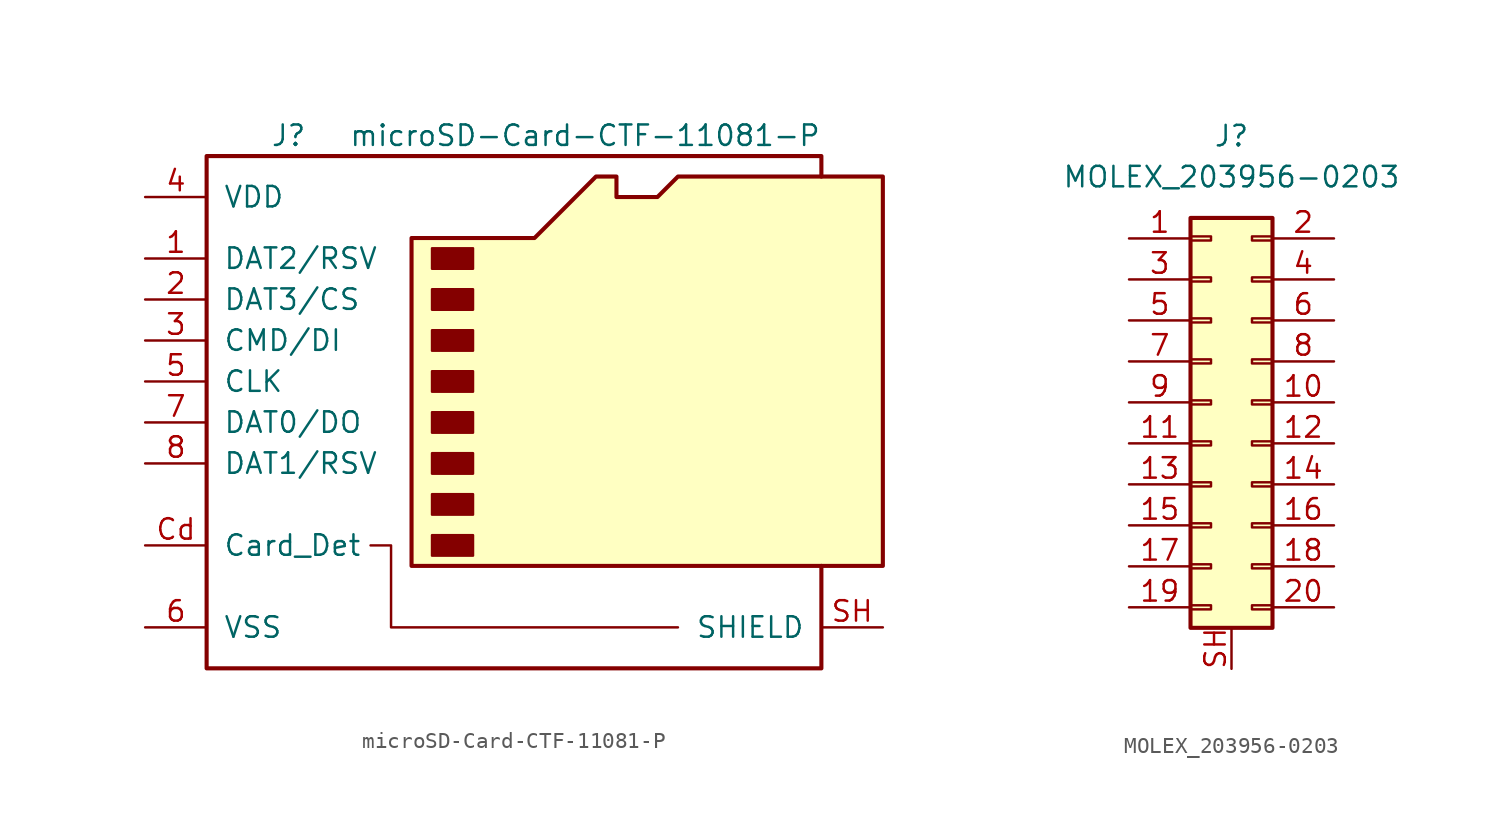
<source format=kicad_sym>
(kicad_symbol_lib
  (version 20211014)
  (generator kicad_symbol_editor)
  (symbol "microSD-Card-CTF-11081-P"
    (pin_names
      (offset 1.016))
    (property "Reference" "J"
      (at -16.51 15.24 0)
      (effects (font (size 1.27 1.27))))
    (property "Value" "microSD-Card-CTF-11081-P"
      (at 16.51 15.24 0)
      (effects (font (size 1.27 1.27)) (justify right)))
    (symbol "microSD-Card-CTF-11081-P_0_1"
      (rectangle (start -7.62 -9.525) (end -5.08 -10.795) (stroke (width 0) (type default) (color 0 0 0 0)) (fill (type outline)))
      (rectangle (start -7.62 -6.985) (end -5.08 -8.255) (stroke (width 0) (type default) (color 0 0 0 0)) (fill (type outline)))
      (rectangle (start -7.62 -4.445) (end -5.08 -5.715) (stroke (width 0) (type default) (color 0 0 0 0)) (fill (type outline)))
      (rectangle (start -7.62 -1.905) (end -5.08 -3.175) (stroke (width 0) (type default) (color 0 0 0 0)) (fill (type outline)))
      (rectangle (start -7.62 0.635) (end -5.08 -0.635) (stroke (width 0) (type default) (color 0 0 0 0)) (fill (type outline)))
      (rectangle (start -7.62 3.175) (end -5.08 1.905) (stroke (width 0) (type default) (color 0 0 0 0)) (fill (type outline)))
      (rectangle (start -7.62 5.715) (end -5.08 4.445) (stroke (width 0) (type default) (color 0 0 0 0)) (fill (type outline)))
      (rectangle (start -7.62 8.255) (end -5.08 6.985) (stroke (width 0) (type default) (color 0 0 0 0)) (fill (type outline)))
      (polyline (pts (xy -11.43 -10.16) (xy -10.16 -10.16) (xy -10.16 -15.24) (xy 7.62 -15.24)) (stroke (width 0) (type default) (color 0 0 0 0)) (fill (type none)))
      (polyline (pts (xy 16.51 12.7) (xy 16.51 13.97) (xy -21.59 13.97) (xy -21.59 -17.78) (xy 16.51 -17.78) (xy 16.51 -11.43)) (stroke (width 0.254) (type default) (color 0 0 0 0)) (fill (type none)))
      (polyline (pts (xy -8.89 -11.43) (xy -8.89 8.89) (xy -1.27 8.89) (xy 2.54 12.7) (xy 3.81 12.7) (xy 3.81 11.43) (xy 6.35 11.43) (xy 7.62 12.7) (xy 20.32 12.7) (xy 20.32 -11.43) (xy -8.89 -11.43)) (stroke (width 0.254) (type default) (color 0 0 0 0)) (fill (type background))))
    (symbol "microSD-Card-CTF-11081-P_1_1"
      (pin bidirectional line (at -25.4 7.62 0) (length 3.81) (name "DAT2/RSV" (effects (font (size 1.27 1.27)))) (number "1" (effects (font (size 1.27 1.27)))))
      (pin bidirectional line (at -25.4 5.08 0) (length 3.81) (name "DAT3/CS" (effects (font (size 1.27 1.27)))) (number "2" (effects (font (size 1.27 1.27)))))
      (pin input line (at -25.4 2.54 0) (length 3.81) (name "CMD/DI" (effects (font (size 1.27 1.27)))) (number "3" (effects (font (size 1.27 1.27)))))
      (pin power_in line (at -25.4 11.43 0) (length 3.81) (name "VDD" (effects (font (size 1.27 1.27)))) (number "4" (effects (font (size 1.27 1.27)))))
      (pin input line (at -25.4 0 0) (length 3.81) (name "CLK" (effects (font (size 1.27 1.27)))) (number "5" (effects (font (size 1.27 1.27)))))
      (pin power_in line (at -25.4 -15.24 0) (length 3.81) (name "VSS" (effects (font (size 1.27 1.27)))) (number "6" (effects (font (size 1.27 1.27)))))
      (pin bidirectional line (at -25.4 -2.54 0) (length 3.81) (name "DAT0/DO" (effects (font (size 1.27 1.27)))) (number "7" (effects (font (size 1.27 1.27)))))
      (pin bidirectional line (at -25.4 -5.08 0) (length 3.81) (name "DAT1/RSV" (effects (font (size 1.27 1.27)))) (number "8" (effects (font (size 1.27 1.27)))))
      (pin bidirectional line (at -25.4 -10.16 0) (length 3.81) (name "Card_Det" (effects (font (size 1.27 1.27)))) (number "Cd" (effects (font (size 1.27 1.27)))))
      (pin passive line (at 20.32 -15.24 180) (length 3.81) (name "SHIELD" (effects (font (size 1.27 1.27)))) (number "SH" (effects (font (size 1.27 1.27)))))))
  (symbol "MOLEX_203956-0203"
    (pin_names
      (offset 1.016) hide)
    (property "Reference" "J"
      (at 1.27 16.51 0)
      (effects (font (size 1.27 1.27))))
    (property "Value" "MOLEX_203956-0203"
      (at 1.27 13.97 0)
      (effects (font (size 1.27 1.27))))
    (symbol "MOLEX_203956-0203_1_1"
      (rectangle (start -1.27 -12.573) (end 0 -12.827) (stroke (width 0.152) (type default) (color 0 0 0 0)) (fill (type none)))
      (rectangle (start -1.27 -10.033) (end 0 -10.287) (stroke (width 0.152) (type default) (color 0 0 0 0)) (fill (type none)))
      (rectangle (start -1.27 -7.493) (end 0 -7.747) (stroke (width 0.152) (type default) (color 0 0 0 0)) (fill (type none)))
      (rectangle (start -1.27 -4.953) (end 0 -5.207) (stroke (width 0.152) (type default) (color 0 0 0 0)) (fill (type none)))
      (rectangle (start -1.27 -2.413) (end 0 -2.667) (stroke (width 0.152) (type default) (color 0 0 0 0)) (fill (type none)))
      (rectangle (start -1.27 0.127) (end 0 -0.127) (stroke (width 0.152) (type default) (color 0 0 0 0)) (fill (type none)))
      (rectangle (start -1.27 2.667) (end 0 2.413) (stroke (width 0.152) (type default) (color 0 0 0 0)) (fill (type none)))
      (rectangle (start -1.27 5.207) (end 0 4.953) (stroke (width 0.152) (type default) (color 0 0 0 0)) (fill (type none)))
      (rectangle (start -1.27 7.747) (end 0 7.493) (stroke (width 0.152) (type default) (color 0 0 0 0)) (fill (type none)))
      (rectangle (start -1.27 10.287) (end 0 10.033) (stroke (width 0.152) (type default) (color 0 0 0 0)) (fill (type none)))
      (rectangle (start -1.27 11.43) (end 3.81 -13.97) (stroke (width 0.254) (type default) (color 0 0 0 0)) (fill (type background)))
      (rectangle (start 3.81 -12.573) (end 2.54 -12.827) (stroke (width 0.152) (type default) (color 0 0 0 0)) (fill (type none)))
      (rectangle (start 3.81 -10.033) (end 2.54 -10.287) (stroke (width 0.152) (type default) (color 0 0 0 0)) (fill (type none)))
      (rectangle (start 3.81 -7.493) (end 2.54 -7.747) (stroke (width 0.152) (type default) (color 0 0 0 0)) (fill (type none)))
      (rectangle (start 3.81 -4.953) (end 2.54 -5.207) (stroke (width 0.152) (type default) (color 0 0 0 0)) (fill (type none)))
      (rectangle (start 3.81 -2.413) (end 2.54 -2.667) (stroke (width 0.152) (type default) (color 0 0 0 0)) (fill (type none)))
      (rectangle (start 3.81 0.127) (end 2.54 -0.127) (stroke (width 0.152) (type default) (color 0 0 0 0)) (fill (type none)))
      (rectangle (start 3.81 2.667) (end 2.54 2.413) (stroke (width 0.152) (type default) (color 0 0 0 0)) (fill (type none)))
      (rectangle (start 3.81 5.207) (end 2.54 4.953) (stroke (width 0.152) (type default) (color 0 0 0 0)) (fill (type none)))
      (rectangle (start 3.81 7.747) (end 2.54 7.493) (stroke (width 0.152) (type default) (color 0 0 0 0)) (fill (type none)))
      (rectangle (start 3.81 10.287) (end 2.54 10.033) (stroke (width 0.152) (type default) (color 0 0 0 0)) (fill (type none)))
      (pin passive line (at -5.08 10.16 0) (length 3.81) (name "Pin_1" (effects (font (size 1.27 1.27)))) (number "1" (effects (font (size 1.27 1.27)))))
      (pin passive line (at 7.62 0 180) (length 3.81) (name "Pin_10" (effects (font (size 1.27 1.27)))) (number "10" (effects (font (size 1.27 1.27)))))
      (pin passive line (at -5.08 -2.54 0) (length 3.81) (name "Pin_11" (effects (font (size 1.27 1.27)))) (number "11" (effects (font (size 1.27 1.27)))))
      (pin passive line (at 7.62 -2.54 180) (length 3.81) (name "Pin_12" (effects (font (size 1.27 1.27)))) (number "12" (effects (font (size 1.27 1.27)))))
      (pin passive line (at -5.08 -5.08 0) (length 3.81) (name "Pin_13" (effects (font (size 1.27 1.27)))) (number "13" (effects (font (size 1.27 1.27)))))
      (pin passive line (at 7.62 -5.08 180) (length 3.81) (name "Pin_14" (effects (font (size 1.27 1.27)))) (number "14" (effects (font (size 1.27 1.27)))))
      (pin passive line (at -5.08 -7.62 0) (length 3.81) (name "Pin_15" (effects (font (size 1.27 1.27)))) (number "15" (effects (font (size 1.27 1.27)))))
      (pin passive line (at 7.62 -7.62 180) (length 3.81) (name "Pin_16" (effects (font (size 1.27 1.27)))) (number "16" (effects (font (size 1.27 1.27)))))
      (pin passive line (at -5.08 -10.16 0) (length 3.81) (name "Pin_17" (effects (font (size 1.27 1.27)))) (number "17" (effects (font (size 1.27 1.27)))))
      (pin passive line (at 7.62 -10.16 180) (length 3.81) (name "Pin_18" (effects (font (size 1.27 1.27)))) (number "18" (effects (font (size 1.27 1.27)))))
      (pin passive line (at -5.08 -12.7 0) (length 3.81) (name "Pin_19" (effects (font (size 1.27 1.27)))) (number "19" (effects (font (size 1.27 1.27)))))
      (pin passive line (at 7.62 10.16 180) (length 3.81) (name "Pin_2" (effects (font (size 1.27 1.27)))) (number "2" (effects (font (size 1.27 1.27)))))
      (pin passive line (at 7.62 -12.7 180) (length 3.81) (name "Pin_20" (effects (font (size 1.27 1.27)))) (number "20" (effects (font (size 1.27 1.27)))))
      (pin passive line (at -5.08 7.62 0) (length 3.81) (name "Pin_3" (effects (font (size 1.27 1.27)))) (number "3" (effects (font (size 1.27 1.27)))))
      (pin passive line (at 7.62 7.62 180) (length 3.81) (name "Pin_4" (effects (font (size 1.27 1.27)))) (number "4" (effects (font (size 1.27 1.27)))))
      (pin passive line (at -5.08 5.08 0) (length 3.81) (name "Pin_5" (effects (font (size 1.27 1.27)))) (number "5" (effects (font (size 1.27 1.27)))))
      (pin passive line (at 7.62 5.08 180) (length 3.81) (name "Pin_6" (effects (font (size 1.27 1.27)))) (number "6" (effects (font (size 1.27 1.27)))))
      (pin passive line (at -5.08 2.54 0) (length 3.81) (name "Pin_7" (effects (font (size 1.27 1.27)))) (number "7" (effects (font (size 1.27 1.27)))))
      (pin passive line (at 7.62 2.54 180) (length 3.81) (name "Pin_8" (effects (font (size 1.27 1.27)))) (number "8" (effects (font (size 1.27 1.27)))))
      (pin passive line (at -5.08 0 0) (length 3.81) (name "Pin_9" (effects (font (size 1.27 1.27)))) (number "9" (effects (font (size 1.27 1.27)))))
      (pin input line (at 1.27 -16.51 90) (length 2.54) (name "SH" (effects (font (size 1.27 1.27)))) (number "SH" (effects (font (size 1.27 1.27))))))))
</source>
